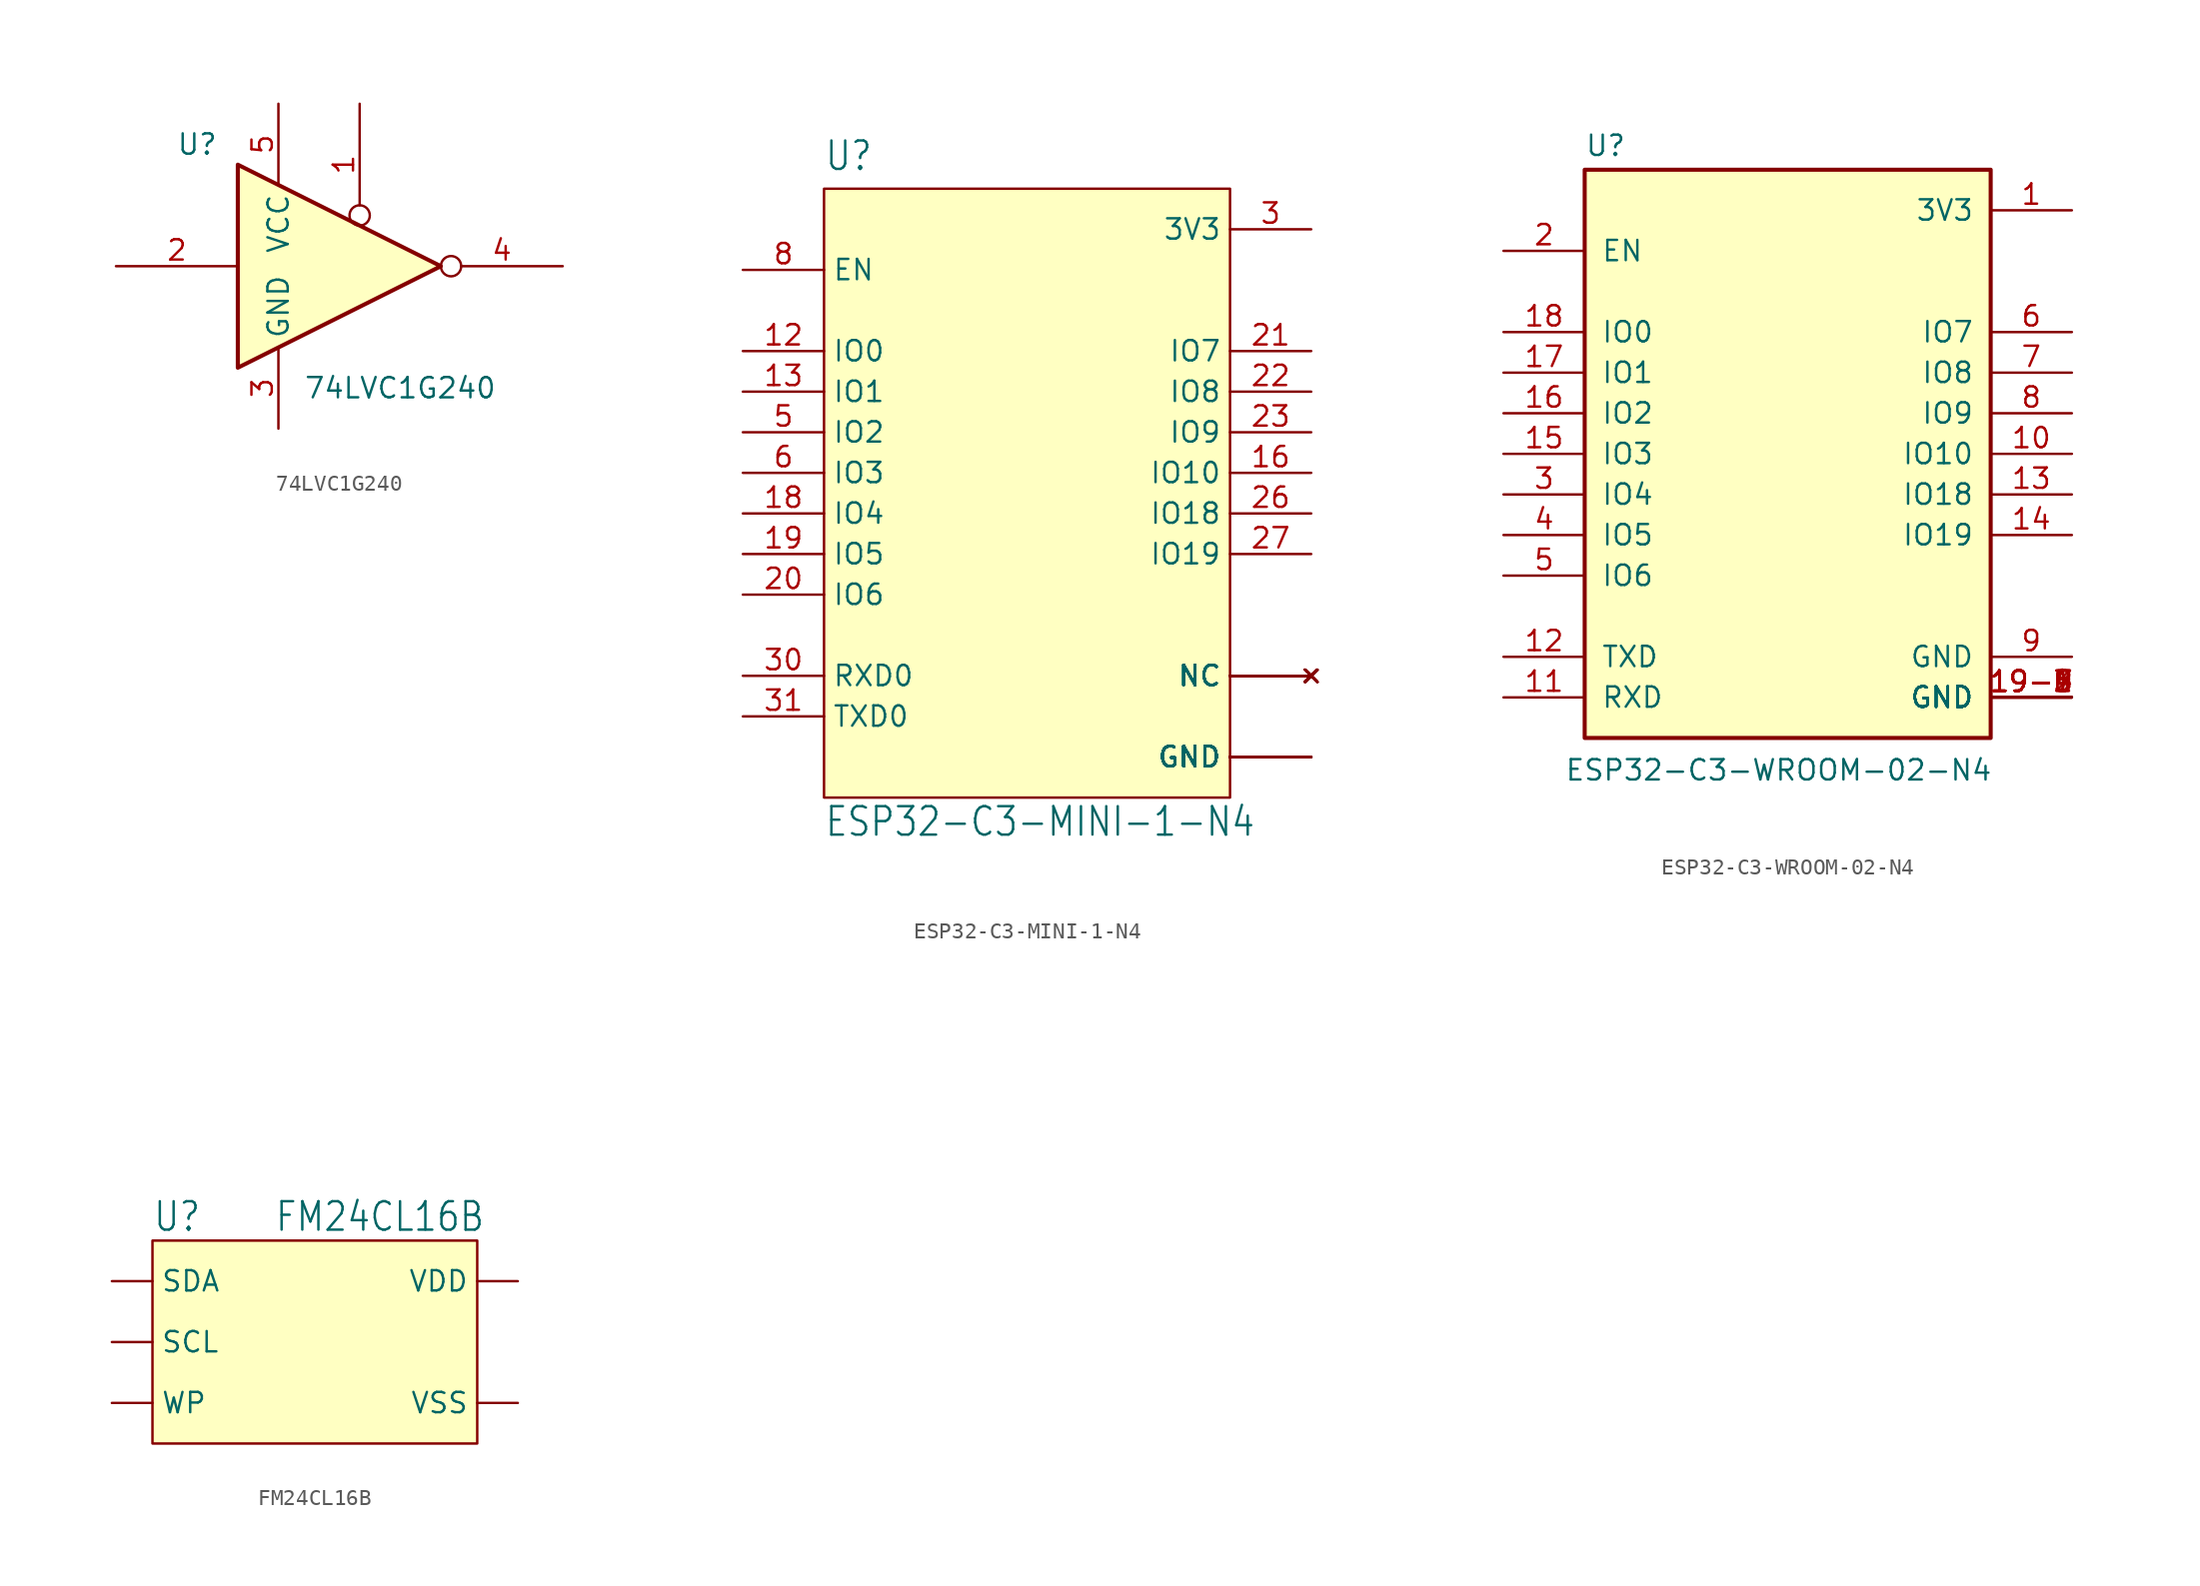
<source format=kicad_sym>
(kicad_symbol_lib
  (version 20220914)
  (generator kicad_symbol_editor)
  (symbol "74LVC1G240"
    (property "Reference" "U"
      (at -10.16 7.62 0)
      (effects (font (size 1.27 1.27))))
    (property "Value" "74LVC1G240"
      (at 2.54 -7.62 0)
      (effects (font (size 1.27 1.27))))
    (symbol "74LVC1G240_0_1"
      (polyline (pts (xy -7.62 6.35) (xy -7.62 -6.35) (xy 5.08 0) (xy -7.62 6.35)) (stroke (width 0.254) (type default)) (fill (type background))))
    (symbol "74LVC1G240_1_1"
      (pin input inverted (at 0 10.16 270) (length 7.62) (name "~" (effects (font (size 1.27 1.27)))) (number "1" (effects (font (size 1.27 1.27)))))
      (pin input line (at -15.24 0 0) (length 7.62) (name "~" (effects (font (size 1.27 1.27)))) (number "2" (effects (font (size 1.27 1.27)))))
      (pin power_in line (at -5.08 -10.16 90) (length 5.08) (name "GND" (effects (font (size 1.27 1.27)))) (number "3" (effects (font (size 1.27 1.27)))))
      (pin tri_state inverted (at 12.7 0 180) (length 7.62) (name "~" (effects (font (size 1.27 1.27)))) (number "4" (effects (font (size 1.27 1.27)))))
      (pin power_in line (at -5.08 10.16 270) (length 5.08) (name "VCC" (effects (font (size 1.27 1.27)))) (number "5" (effects (font (size 1.27 1.27)))))))
  (symbol "ESP32-C3-MINI-1-N4"
    (property "Reference" "U"
      (at -12.7 18.796 0)
      (effects (font (size 1.778 1.511)) (justify left bottom)))
    (property "Value" "ESP32-C3-MINI-1-N4"
      (at -12.7 -22.86 0)
      (effects (font (size 1.778 1.511)) (justify left bottom)))
    (symbol "ESP32-C3-MINI-1-N4_1_0"
      (pin power_in line (at 17.78 -17.78 180) (length 5.08) (name "GND" (effects (font (size 1.27 1.27)))) (number "1" (effects (font (size 0 0)))))
      (pin no_connect line (at 17.78 -12.7 180) (length 5.08) (name "NC" (effects (font (size 1.27 1.27)))) (number "10" (effects (font (size 0 0)))))
      (pin power_in line (at 17.78 -17.78 180) (length 5.08) (name "GND" (effects (font (size 1.27 1.27)))) (number "11" (effects (font (size 0 0)))))
      (pin bidirectional line (at -17.78 7.62 0) (length 5.08) (name "IO0" (effects (font (size 1.27 1.27)))) (number "12" (effects (font (size 1.27 1.27)))))
      (pin bidirectional line (at -17.78 5.08 0) (length 5.08) (name "IO1" (effects (font (size 1.27 1.27)))) (number "13" (effects (font (size 1.27 1.27)))))
      (pin power_in line (at 17.78 -17.78 180) (length 5.08) (name "GND" (effects (font (size 1.27 1.27)))) (number "14" (effects (font (size 0 0)))))
      (pin no_connect line (at 17.78 -12.7 180) (length 5.08) (name "NC" (effects (font (size 1.27 1.27)))) (number "15" (effects (font (size 0 0)))))
      (pin bidirectional line (at 17.78 0 180) (length 5.08) (name "IO10" (effects (font (size 1.27 1.27)))) (number "16" (effects (font (size 1.27 1.27)))))
      (pin no_connect line (at 17.78 -12.7 180) (length 5.08) (name "NC" (effects (font (size 1.27 1.27)))) (number "17" (effects (font (size 0 0)))))
      (pin bidirectional line (at -17.78 -2.54 0) (length 5.08) (name "IO4" (effects (font (size 1.27 1.27)))) (number "18" (effects (font (size 1.27 1.27)))))
      (pin bidirectional line (at -17.78 -5.08 0) (length 5.08) (name "IO5" (effects (font (size 1.27 1.27)))) (number "19" (effects (font (size 1.27 1.27)))))
      (pin power_in line (at 17.78 -17.78 180) (length 5.08) (name "GND" (effects (font (size 1.27 1.27)))) (number "2" (effects (font (size 0 0)))))
      (pin bidirectional line (at -17.78 -7.62 0) (length 5.08) (name "IO6" (effects (font (size 1.27 1.27)))) (number "20" (effects (font (size 1.27 1.27)))))
      (pin bidirectional line (at 17.78 7.62 180) (length 5.08) (name "IO7" (effects (font (size 1.27 1.27)))) (number "21" (effects (font (size 1.27 1.27)))))
      (pin bidirectional line (at 17.78 5.08 180) (length 5.08) (name "IO8" (effects (font (size 1.27 1.27)))) (number "22" (effects (font (size 1.27 1.27)))))
      (pin bidirectional line (at 17.78 2.54 180) (length 5.08) (name "IO9" (effects (font (size 1.27 1.27)))) (number "23" (effects (font (size 1.27 1.27)))))
      (pin no_connect line (at 17.78 -12.7 180) (length 5.08) (name "NC" (effects (font (size 1.27 1.27)))) (number "24" (effects (font (size 0 0)))))
      (pin no_connect line (at 17.78 -12.7 180) (length 5.08) (name "NC" (effects (font (size 1.27 1.27)))) (number "25" (effects (font (size 0 0)))))
      (pin bidirectional line (at 17.78 -2.54 180) (length 5.08) (name "IO18" (effects (font (size 1.27 1.27)))) (number "26" (effects (font (size 1.27 1.27)))))
      (pin bidirectional line (at 17.78 -5.08 180) (length 5.08) (name "IO19" (effects (font (size 1.27 1.27)))) (number "27" (effects (font (size 1.27 1.27)))))
      (pin no_connect line (at 17.78 -12.7 180) (length 5.08) (name "NC" (effects (font (size 1.27 1.27)))) (number "28" (effects (font (size 0 0)))))
      (pin no_connect line (at 17.78 -12.7 180) (length 5.08) (name "NC" (effects (font (size 1.27 1.27)))) (number "29" (effects (font (size 0 0)))))
      (pin power_in line (at 17.78 15.24 180) (length 5.08) (name "3V3" (effects (font (size 1.27 1.27)))) (number "3" (effects (font (size 1.27 1.27)))))
      (pin bidirectional line (at -17.78 -12.7 0) (length 5.08) (name "RXD0" (effects (font (size 1.27 1.27)))) (number "30" (effects (font (size 1.27 1.27)))))
      (pin bidirectional line (at -17.78 -15.24 0) (length 5.08) (name "TXD0" (effects (font (size 1.27 1.27)))) (number "31" (effects (font (size 1.27 1.27)))))
      (pin no_connect line (at 17.78 -12.7 180) (length 5.08) (name "NC" (effects (font (size 1.27 1.27)))) (number "32" (effects (font (size 0 0)))))
      (pin no_connect line (at 17.78 -12.7 180) (length 5.08) (name "NC" (effects (font (size 1.27 1.27)))) (number "33" (effects (font (size 0 0)))))
      (pin no_connect line (at 17.78 -12.7 180) (length 5.08) (name "NC" (effects (font (size 1.27 1.27)))) (number "34" (effects (font (size 0 0)))))
      (pin no_connect line (at 17.78 -12.7 180) (length 5.08) (name "NC" (effects (font (size 1.27 1.27)))) (number "35" (effects (font (size 0 0)))))
      (pin power_in line (at 17.78 -17.78 180) (length 5.08) (name "GND" (effects (font (size 1.27 1.27)))) (number "36" (effects (font (size 0 0)))))
      (pin power_in line (at 17.78 -17.78 180) (length 5.08) (name "GND" (effects (font (size 1.27 1.27)))) (number "37" (effects (font (size 0 0)))))
      (pin power_in line (at 17.78 -17.78 180) (length 5.08) (name "GND" (effects (font (size 1.27 1.27)))) (number "38" (effects (font (size 0 0)))))
      (pin power_in line (at 17.78 -17.78 180) (length 5.08) (name "GND" (effects (font (size 1.27 1.27)))) (number "39" (effects (font (size 0 0)))))
      (pin no_connect line (at 17.78 -12.7 180) (length 5.08) (name "NC" (effects (font (size 1.27 1.27)))) (number "4" (effects (font (size 0 0)))))
      (pin power_in line (at 17.78 -17.78 180) (length 5.08) (name "GND" (effects (font (size 1.27 1.27)))) (number "40" (effects (font (size 0 0)))))
      (pin power_in line (at 17.78 -17.78 180) (length 5.08) (name "GND" (effects (font (size 1.27 1.27)))) (number "41" (effects (font (size 0 0)))))
      (pin power_in line (at 17.78 -17.78 180) (length 5.08) (name "GND" (effects (font (size 1.27 1.27)))) (number "42" (effects (font (size 0 0)))))
      (pin power_in line (at 17.78 -17.78 180) (length 5.08) (name "GND" (effects (font (size 1.27 1.27)))) (number "43" (effects (font (size 0 0)))))
      (pin power_in line (at 17.78 -17.78 180) (length 5.08) (name "GND" (effects (font (size 1.27 1.27)))) (number "44" (effects (font (size 0 0)))))
      (pin power_in line (at 17.78 -17.78 180) (length 5.08) (name "GND" (effects (font (size 1.27 1.27)))) (number "45" (effects (font (size 0 0)))))
      (pin power_in line (at 17.78 -17.78 180) (length 5.08) (name "GND" (effects (font (size 1.27 1.27)))) (number "46" (effects (font (size 0 0)))))
      (pin power_in line (at 17.78 -17.78 180) (length 5.08) (name "GND" (effects (font (size 1.27 1.27)))) (number "47" (effects (font (size 0 0)))))
      (pin power_in line (at 17.78 -17.78 180) (length 5.08) (name "GND" (effects (font (size 1.27 1.27)))) (number "48" (effects (font (size 0 0)))))
      (pin power_in line (at 17.78 -17.78 180) (length 5.08) (name "GND" (effects (font (size 1.27 1.27)))) (number "49_1" (effects (font (size 0 0)))))
      (pin power_in line (at 17.78 -17.78 180) (length 5.08) (name "GND" (effects (font (size 1.27 1.27)))) (number "49_2" (effects (font (size 0 0)))))
      (pin power_in line (at 17.78 -17.78 180) (length 5.08) (name "GND" (effects (font (size 1.27 1.27)))) (number "49_3" (effects (font (size 0 0)))))
      (pin power_in line (at 17.78 -17.78 180) (length 5.08) (name "GND" (effects (font (size 1.27 1.27)))) (number "49_4" (effects (font (size 0 0)))))
      (pin power_in line (at 17.78 -17.78 180) (length 5.08) (name "GND" (effects (font (size 1.27 1.27)))) (number "49_5" (effects (font (size 0 0)))))
      (pin power_in line (at 17.78 -17.78 180) (length 5.08) (name "GND" (effects (font (size 1.27 1.27)))) (number "49_6" (effects (font (size 0 0)))))
      (pin power_in line (at 17.78 -17.78 180) (length 5.08) (name "GND" (effects (font (size 1.27 1.27)))) (number "49_7" (effects (font (size 0 0)))))
      (pin power_in line (at 17.78 -17.78 180) (length 5.08) (name "GND" (effects (font (size 1.27 1.27)))) (number "49_8" (effects (font (size 0 0)))))
      (pin power_in line (at 17.78 -17.78 180) (length 5.08) (name "GND" (effects (font (size 1.27 1.27)))) (number "49_9" (effects (font (size 0 0)))))
      (pin bidirectional line (at -17.78 2.54 0) (length 5.08) (name "IO2" (effects (font (size 1.27 1.27)))) (number "5" (effects (font (size 1.27 1.27)))))
      (pin power_in line (at 17.78 -17.78 180) (length 5.08) (name "GND" (effects (font (size 1.27 1.27)))) (number "50" (effects (font (size 0 0)))))
      (pin power_in line (at 17.78 -17.78 180) (length 5.08) (name "GND" (effects (font (size 1.27 1.27)))) (number "51" (effects (font (size 0 0)))))
      (pin power_in line (at 17.78 -17.78 180) (length 5.08) (name "GND" (effects (font (size 1.27 1.27)))) (number "52" (effects (font (size 0 0)))))
      (pin power_in line (at 17.78 -17.78 180) (length 5.08) (name "GND" (effects (font (size 1.27 1.27)))) (number "53" (effects (font (size 0 0)))))
      (pin bidirectional line (at -17.78 0 0) (length 5.08) (name "IO3" (effects (font (size 1.27 1.27)))) (number "6" (effects (font (size 1.27 1.27)))))
      (pin no_connect line (at 17.78 -12.7 180) (length 5.08) (name "NC" (effects (font (size 1.27 1.27)))) (number "7" (effects (font (size 0 0)))))
      (pin input line (at -17.78 12.7 0) (length 5.08) (name "EN" (effects (font (size 1.27 1.27)))) (number "8" (effects (font (size 1.27 1.27)))))
      (pin no_connect line (at 17.78 -12.7 180) (length 5.08) (name "NC" (effects (font (size 1.27 1.27)))) (number "9" (effects (font (size 0 0))))))
    (symbol "ESP32-C3-MINI-1-N4_1_1"
      (rectangle (start -12.7 17.78) (end 12.7 -20.32) (stroke (width 0) (type default)) (fill (type background)))))
  (symbol "ESP32-C3-WROOM-02-N4"
    (pin_names
      (offset 1.016))
    (property "Reference" "U"
      (at -12.7 21.082 0)
      (effects (font (size 1.27 1.27)) (justify left bottom)))
    (property "Value" "ESP32-C3-WROOM-02-N4"
      (at -13.97 -16.51 0)
      (effects (font (size 1.27 1.27)) (justify left top)))
    (symbol "ESP32-C3-WROOM-02-N4_0_0"
      (rectangle (start -12.7 20.32) (end 12.7 -15.24) (stroke (width 0.254) (type default)) (fill (type background))))
    (symbol "ESP32-C3-WROOM-02-N4_1_0"
      (pin power_in line (at 17.78 17.78 180) (length 5.08) (name "3V3" (effects (font (size 1.27 1.27)))) (number "1" (effects (font (size 1.27 1.27)))))
      (pin bidirectional line (at 17.78 2.54 180) (length 5.08) (name "IO10" (effects (font (size 1.27 1.27)))) (number "10" (effects (font (size 1.27 1.27)))))
      (pin bidirectional line (at -17.78 -12.7 0) (length 5.08) (name "RXD" (effects (font (size 1.27 1.27)))) (number "11" (effects (font (size 1.27 1.27)))))
      (pin bidirectional line (at -17.78 -10.16 0) (length 5.08) (name "TXD" (effects (font (size 1.27 1.27)))) (number "12" (effects (font (size 1.27 1.27)))))
      (pin bidirectional line (at 17.78 0 180) (length 5.08) (name "IO18" (effects (font (size 1.27 1.27)))) (number "13" (effects (font (size 1.27 1.27)))))
      (pin bidirectional line (at 17.78 -2.54 180) (length 5.08) (name "IO19" (effects (font (size 1.27 1.27)))) (number "14" (effects (font (size 1.27 1.27)))))
      (pin bidirectional line (at -17.78 2.54 0) (length 5.08) (name "IO3" (effects (font (size 1.27 1.27)))) (number "15" (effects (font (size 1.27 1.27)))))
      (pin bidirectional line (at -17.78 5.08 0) (length 5.08) (name "IO2" (effects (font (size 1.27 1.27)))) (number "16" (effects (font (size 1.27 1.27)))))
      (pin bidirectional line (at -17.78 7.62 0) (length 5.08) (name "IO1" (effects (font (size 1.27 1.27)))) (number "17" (effects (font (size 1.27 1.27)))))
      (pin bidirectional line (at -17.78 10.16 0) (length 5.08) (name "IO0" (effects (font (size 1.27 1.27)))) (number "18" (effects (font (size 1.27 1.27)))))
      (pin input line (at -17.78 15.24 0) (length 5.08) (name "EN" (effects (font (size 1.27 1.27)))) (number "2" (effects (font (size 1.27 1.27)))))
      (pin bidirectional line (at -17.78 0 0) (length 5.08) (name "IO4" (effects (font (size 1.27 1.27)))) (number "3" (effects (font (size 1.27 1.27)))))
      (pin bidirectional line (at -17.78 -2.54 0) (length 5.08) (name "IO5" (effects (font (size 1.27 1.27)))) (number "4" (effects (font (size 1.27 1.27)))))
      (pin bidirectional line (at -17.78 -5.08 0) (length 5.08) (name "IO6" (effects (font (size 1.27 1.27)))) (number "5" (effects (font (size 1.27 1.27)))))
      (pin bidirectional line (at 17.78 10.16 180) (length 5.08) (name "IO7" (effects (font (size 1.27 1.27)))) (number "6" (effects (font (size 1.27 1.27)))))
      (pin bidirectional line (at 17.78 7.62 180) (length 5.08) (name "IO8" (effects (font (size 1.27 1.27)))) (number "7" (effects (font (size 1.27 1.27)))))
      (pin bidirectional line (at 17.78 5.08 180) (length 5.08) (name "IO9" (effects (font (size 1.27 1.27)))) (number "8" (effects (font (size 1.27 1.27)))))
      (pin power_in line (at 17.78 -10.16 180) (length 5.08) (name "GND" (effects (font (size 1.27 1.27)))) (number "9" (effects (font (size 1.27 1.27))))))
    (symbol "ESP32-C3-WROOM-02-N4_1_1"
      (pin power_out line (at 17.78 -12.7 180) (length 5.08) (name "GND" (effects (font (size 1.27 1.27)))) (number "19-1" (effects (font (size 1.27 1.27)))))
      (pin power_out line (at 17.78 -12.7 180) (length 5.08) (name "GND" (effects (font (size 1.27 1.27)))) (number "19-2" (effects (font (size 1.27 1.27)))))
      (pin power_out line (at 17.78 -12.7 180) (length 5.08) (name "GND" (effects (font (size 1.27 1.27)))) (number "19-3" (effects (font (size 1.27 1.27)))))
      (pin power_out line (at 17.78 -12.7 180) (length 5.08) (name "GND" (effects (font (size 1.27 1.27)))) (number "19-4" (effects (font (size 1.27 1.27)))))
      (pin power_out line (at 17.78 -12.7 180) (length 5.08) (name "GND" (effects (font (size 1.27 1.27)))) (number "19-5" (effects (font (size 1.27 1.27)))))
      (pin power_out line (at 17.78 -12.7 180) (length 5.08) (name "GND" (effects (font (size 1.27 1.27)))) (number "19-6" (effects (font (size 1.27 1.27)))))
      (pin power_out line (at 17.78 -12.7 180) (length 5.08) (name "GND" (effects (font (size 1.27 1.27)))) (number "19-7" (effects (font (size 1.27 1.27)))))
      (pin power_out line (at 17.78 -12.7 180) (length 5.08) (name "GND" (effects (font (size 1.27 1.27)))) (number "19-8" (effects (font (size 1.27 1.27)))))
      (pin power_out line (at 17.78 -12.7 180) (length 5.08) (name "GND" (effects (font (size 1.27 1.27)))) (number "19-9" (effects (font (size 1.27 1.27)))))))
  (symbol "FM24CL16B"
    (property "Reference" "U"
      (at -10.16 10.16 0)
      (effects (font (size 1.778 1.511)) (justify left top)))
    (property "Value" "FM24CL16B"
      (at -2.54 10.16 0)
      (effects (font (size 1.778 1.511)) (justify left top)))
    (symbol "FM24CL16B_1_0"
      (pin power_in line (at 12.7 -2.54 180) (length 2.54) (name "VSS" (effects (font (size 1.27 1.27)))) (number "4" (effects (font (size 0 0)))))
      (pin bidirectional line (at -12.7 5.08 0) (length 2.54) (name "SDA" (effects (font (size 1.27 1.27)))) (number "5" (effects (font (size 0 0)))))
      (pin bidirectional line (at -12.7 1.27 0) (length 2.54) (name "SCL" (effects (font (size 1.27 1.27)))) (number "6" (effects (font (size 0 0)))))
      (pin bidirectional line (at -12.7 -2.54 0) (length 2.54) (name "WP" (effects (font (size 1.27 1.27)))) (number "7" (effects (font (size 0 0)))))
      (pin power_in line (at 12.7 5.08 180) (length 2.54) (name "VDD" (effects (font (size 1.27 1.27)))) (number "8" (effects (font (size 0 0))))))
    (symbol "FM24CL16B_1_1"
      (rectangle (start -10.16 7.62) (end 10.16 -5.08) (stroke (width 0) (type default)) (fill (type background)))
      (pin no_connect line (at 0 19.05 180) (length 2.54) hide (name "NC" (effects (font (size 1.27 1.27)))) (number "1" (effects (font (size 1.27 1.27)))))
      (pin no_connect line (at 0 16.51 180) (length 2.54) hide (name "NC" (effects (font (size 1.27 1.27)))) (number "2" (effects (font (size 1.27 1.27)))))
      (pin no_connect line (at 0 13.97 180) (length 2.54) hide (name "NC" (effects (font (size 1.27 1.27)))) (number "3" (effects (font (size 1.27 1.27))))))))
</source>
